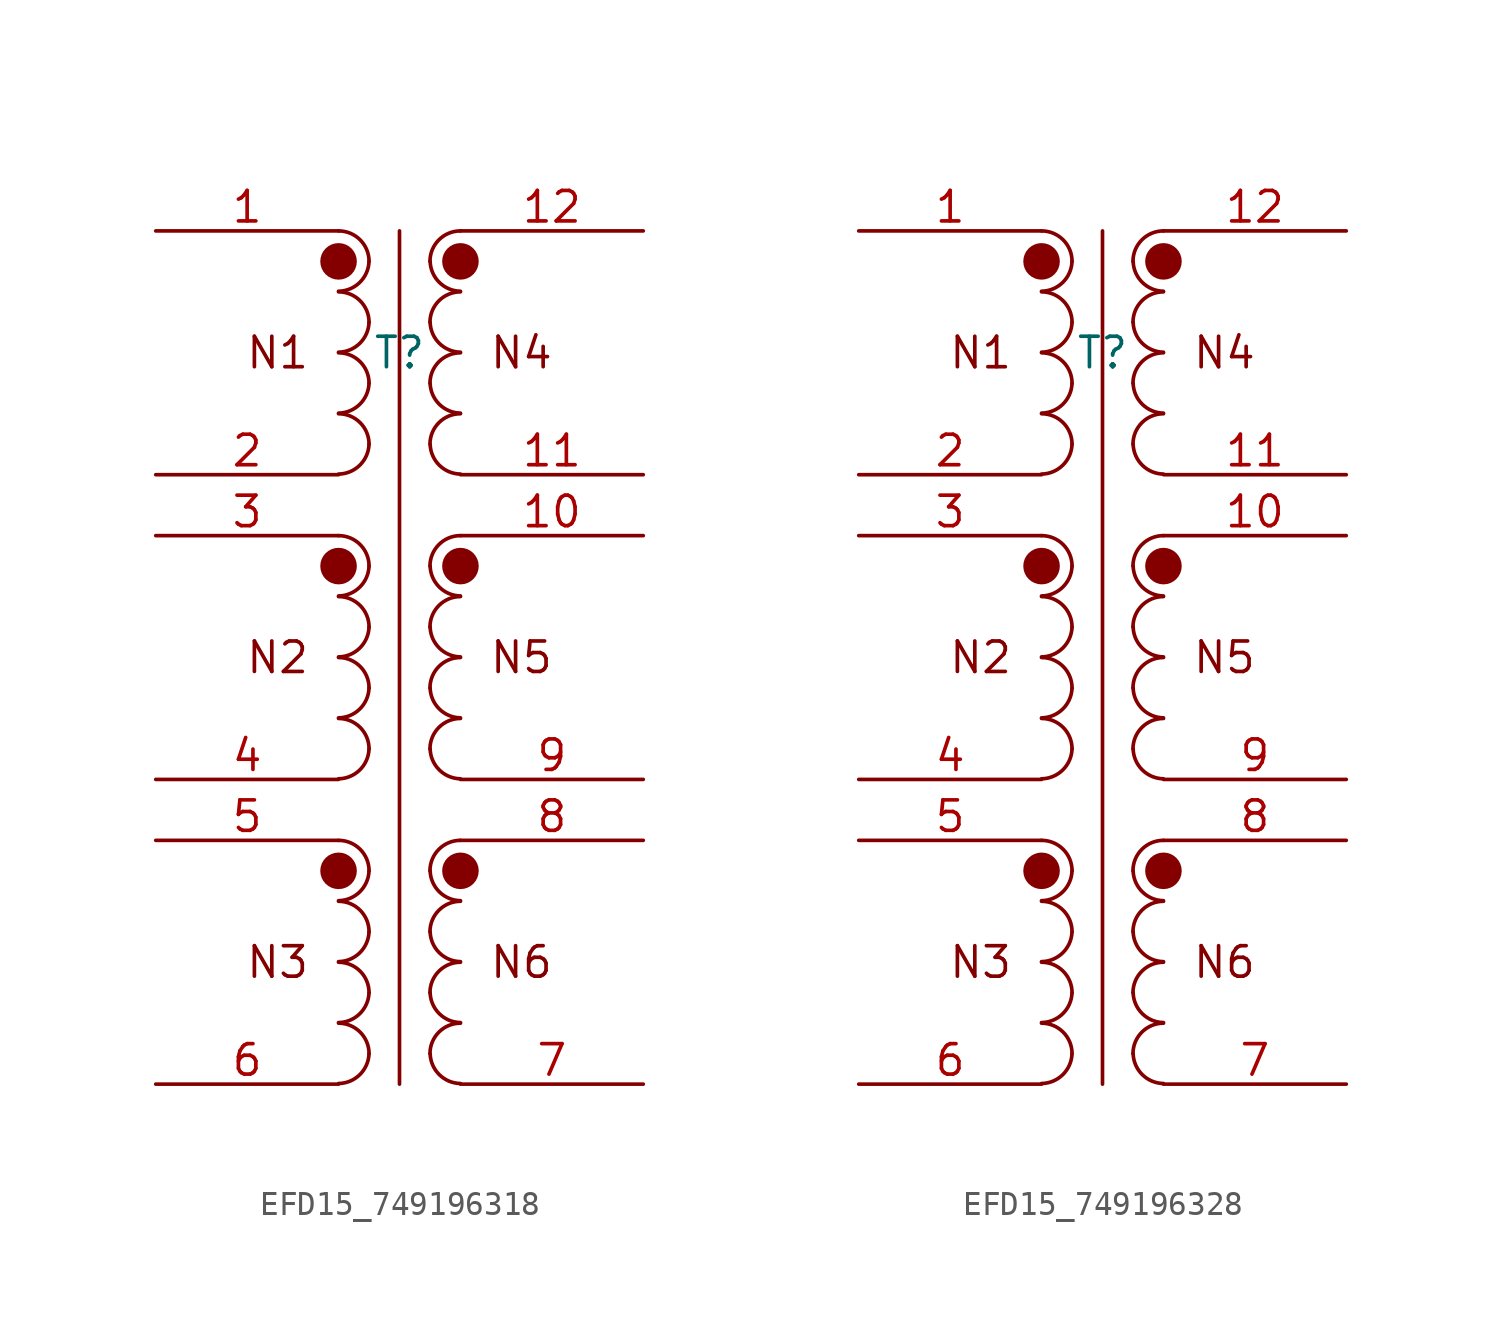
<source format=kicad_sym>
(kicad_symbol_lib
  (version 20220914)
  (generator kicad_symbol_editor)
  (symbol "EFD15_749196318"
    (pin_names hide)
    (property "Reference" "T"
      (at 0 12.7 0)
      (effects (font (size 1.27 1.27))))
    (property "Critical Parameter" ""
      (at 0 -5.08 0)
      (effects (font (size 1.27 1.27)) (justify left)))
    (symbol "EFD15_749196318_0_1"
      (arc (start -2.54 -17.7546) (mid -1.6561 -17.3863) (end -1.27 -16.51) (stroke (width 0) (type default)) (fill (type none)))
      (arc (start -2.54 -15.2146) (mid -1.6561 -14.8463) (end -1.27 -13.97) (stroke (width 0) (type default)) (fill (type none)))
      (arc (start -2.54 -12.6746) (mid -1.6561 -12.3063) (end -1.27 -11.43) (stroke (width 0) (type default)) (fill (type none)))
      (arc (start -2.54 -10.1346) (mid -1.6561 -9.7663) (end -1.27 -8.89) (stroke (width 0) (type default)) (fill (type none)))
      (arc (start -2.54 -5.0546) (mid -1.6561 -4.6863) (end -1.27 -3.81) (stroke (width 0) (type default)) (fill (type none)))
      (arc (start -2.54 -2.5146) (mid -1.6561 -2.1463) (end -1.27 -1.27) (stroke (width 0) (type default)) (fill (type none)))
      (arc (start -2.54 0.0254) (mid -1.6561 0.3937) (end -1.27 1.27) (stroke (width 0) (type default)) (fill (type none)))
      (arc (start -2.54 2.5654) (mid -1.6561 2.9337) (end -1.27 3.81) (stroke (width 0) (type default)) (fill (type none)))
      (arc (start -2.54 7.6454) (mid -1.6561 8.0137) (end -1.27 8.89) (stroke (width 0) (type default)) (fill (type none)))
      (arc (start -2.54 10.1854) (mid -1.6561 10.5537) (end -1.27 11.43) (stroke (width 0) (type default)) (fill (type none)))
      (arc (start -2.54 12.7254) (mid -1.6561 13.0937) (end -1.27 13.97) (stroke (width 0) (type default)) (fill (type none)))
      (arc (start -2.54 15.2654) (mid -1.6561 15.6337) (end -1.27 16.51) (stroke (width 0) (type default)) (fill (type none)))
      (arc (start -1.27 -16.51) (mid -1.642 -15.612) (end -2.54 -15.24) (stroke (width 0) (type default)) (fill (type none)))
      (arc (start -1.27 -13.97) (mid -1.642 -13.072) (end -2.54 -12.7) (stroke (width 0) (type default)) (fill (type none)))
      (arc (start -1.27 -11.43) (mid -1.642 -10.532) (end -2.54 -10.16) (stroke (width 0) (type default)) (fill (type none)))
      (arc (start -1.27 -8.89) (mid -1.642 -7.992) (end -2.54 -7.62) (stroke (width 0) (type default)) (fill (type none)))
      (arc (start -1.27 -3.81) (mid -1.642 -2.912) (end -2.54 -2.54) (stroke (width 0) (type default)) (fill (type none)))
      (arc (start -1.27 -1.27) (mid -1.642 -0.372) (end -2.54 0) (stroke (width 0) (type default)) (fill (type none)))
      (arc (start -1.27 1.27) (mid -1.642 2.168) (end -2.54 2.54) (stroke (width 0) (type default)) (fill (type none)))
      (arc (start -1.27 3.81) (mid -1.642 4.708) (end -2.54 5.08) (stroke (width 0) (type default)) (fill (type none)))
      (arc (start -1.27 8.89) (mid -1.642 9.788) (end -2.54 10.16) (stroke (width 0) (type default)) (fill (type none)))
      (arc (start -1.27 11.43) (mid -1.642 12.328) (end -2.54 12.7) (stroke (width 0) (type default)) (fill (type none)))
      (arc (start -1.27 13.97) (mid -1.642 14.868) (end -2.54 15.24) (stroke (width 0) (type default)) (fill (type none)))
      (arc (start -1.27 16.51) (mid -1.642 17.408) (end -2.54 17.78) (stroke (width 0) (type default)) (fill (type none)))
      (polyline (pts (xy 0 -17.78) (xy 0 17.78)) (stroke (width 0) (type default)) (fill (type none)))
      (arc (start 1.27 -16.51) (mid 1.6561 -17.3863) (end 2.54 -17.7546) (stroke (width 0) (type default)) (fill (type none)))
      (arc (start 1.27 -13.97) (mid 1.6561 -14.8463) (end 2.54 -15.2146) (stroke (width 0) (type default)) (fill (type none)))
      (arc (start 1.27 -11.43) (mid 1.6561 -12.3063) (end 2.54 -12.6746) (stroke (width 0) (type default)) (fill (type none)))
      (arc (start 1.27 -8.89) (mid 1.6561 -9.7663) (end 2.54 -10.1346) (stroke (width 0) (type default)) (fill (type none)))
      (arc (start 1.27 -3.81) (mid 1.6561 -4.6863) (end 2.54 -5.0546) (stroke (width 0) (type default)) (fill (type none)))
      (arc (start 1.27 -1.27) (mid 1.6561 -2.1463) (end 2.54 -2.5146) (stroke (width 0) (type default)) (fill (type none)))
      (arc (start 1.27 1.27) (mid 1.6561 0.3937) (end 2.54 0.0254) (stroke (width 0) (type default)) (fill (type none)))
      (arc (start 1.27 3.81) (mid 1.6561 2.9337) (end 2.54 2.5654) (stroke (width 0) (type default)) (fill (type none)))
      (arc (start 1.27 8.89) (mid 1.6561 8.0137) (end 2.54 7.6454) (stroke (width 0) (type default)) (fill (type none)))
      (arc (start 1.27 11.43) (mid 1.6561 10.5537) (end 2.54 10.1854) (stroke (width 0) (type default)) (fill (type none)))
      (arc (start 1.27 13.97) (mid 1.6561 13.0937) (end 2.54 12.7254) (stroke (width 0) (type default)) (fill (type none)))
      (arc (start 1.27 16.51) (mid 1.6561 15.6337) (end 2.54 15.2654) (stroke (width 0) (type default)) (fill (type none)))
      (arc (start 2.54 -15.24) (mid 1.642 -15.612) (end 1.27 -16.51) (stroke (width 0) (type default)) (fill (type none)))
      (arc (start 2.54 -12.7) (mid 1.642 -13.072) (end 1.27 -13.97) (stroke (width 0) (type default)) (fill (type none)))
      (arc (start 2.54 -10.16) (mid 1.642 -10.532) (end 1.27 -11.43) (stroke (width 0) (type default)) (fill (type none)))
      (arc (start 2.54 -7.62) (mid 1.642 -7.992) (end 1.27 -8.89) (stroke (width 0) (type default)) (fill (type none)))
      (arc (start 2.54 -2.54) (mid 1.642 -2.912) (end 1.27 -3.81) (stroke (width 0) (type default)) (fill (type none)))
      (arc (start 2.54 0) (mid 1.642 -0.372) (end 1.27 -1.27) (stroke (width 0) (type default)) (fill (type none)))
      (arc (start 2.54 2.54) (mid 1.642 2.168) (end 1.27 1.27) (stroke (width 0) (type default)) (fill (type none)))
      (arc (start 2.54 5.08) (mid 1.642 4.708) (end 1.27 3.81) (stroke (width 0) (type default)) (fill (type none)))
      (arc (start 2.54 10.16) (mid 1.642 9.788) (end 1.27 8.89) (stroke (width 0) (type default)) (fill (type none)))
      (arc (start 2.54 12.7) (mid 1.642 12.328) (end 1.27 11.43) (stroke (width 0) (type default)) (fill (type none)))
      (arc (start 2.54 15.24) (mid 1.642 14.868) (end 1.27 13.97) (stroke (width 0) (type default)) (fill (type none)))
      (arc (start 2.54 17.78) (mid 1.642 17.408) (end 1.27 16.51) (stroke (width 0) (type default)) (fill (type none))))
    (symbol "EFD15_749196318_1_1"
      (circle (center -2.54 -8.89) (radius 0.0001) (stroke (width 0.762) (type default)) (fill (type none)))
      (circle (center -2.54 3.81) (radius 0.0001) (stroke (width 0.762) (type default)) (fill (type none)))
      (circle (center -2.54 16.51) (radius 0.0001) (stroke (width 0.762) (type default)) (fill (type none)))
      (circle (center 2.54 -8.89) (radius 0.0001) (stroke (width 0.762) (type default)) (fill (type none)))
      (circle (center 2.54 3.81) (radius 0.0001) (stroke (width 0.762) (type default)) (fill (type none)))
      (circle (center 2.54 16.51) (radius 0.0001) (stroke (width 0.762) (type default)) (fill (type none)))
      (text "N1" (at -5.08 12.7 0) (effects (font (size 1.27 1.27))))
      (text "N2" (at -5.08 0 0) (effects (font (size 1.27 1.27))))
      (text "N3" (at -5.08 -12.7 0) (effects (font (size 1.27 1.27))))
      (text "N4" (at 5.08 12.7 0) (effects (font (size 1.27 1.27))))
      (text "N5" (at 5.08 0 0) (effects (font (size 1.27 1.27))))
      (text "N6" (at 5.08 -12.7 0) (effects (font (size 1.27 1.27))))
      (pin passive line (at -10.16 17.78 0) (length 7.62) (name "1" (effects (font (size 1.27 1.27)))) (number "1" (effects (font (size 1.27 1.27)))))
      (pin passive line (at -10.16 7.62 0) (length 7.62) (name "2" (effects (font (size 1.27 1.27)))) (number "2" (effects (font (size 1.27 1.27)))))
      (pin passive line (at -10.16 5.08 0) (length 7.62) (name "3" (effects (font (size 1.27 1.27)))) (number "3" (effects (font (size 1.27 1.27)))))
      (pin passive line (at -10.16 -5.08 0) (length 7.62) (name "4" (effects (font (size 1.27 1.27)))) (number "4" (effects (font (size 1.27 1.27)))))
      (pin passive line (at -10.16 -7.62 0) (length 7.62) (name "5" (effects (font (size 1.27 1.27)))) (number "5" (effects (font (size 1.27 1.27)))))
      (pin passive line (at -10.16 -17.78 0) (length 7.62) (name "6" (effects (font (size 1.27 1.27)))) (number "6" (effects (font (size 1.27 1.27)))))
      (pin passive line (at 10.16 -17.78 180) (length 7.62) (name "7" (effects (font (size 1.27 1.27)))) (number "7" (effects (font (size 1.27 1.27)))))
      (pin passive line (at 10.16 -7.62 180) (length 7.62) (name "8" (effects (font (size 1.27 1.27)))) (number "8" (effects (font (size 1.27 1.27)))))
      (pin passive line (at 10.16 -5.08 180) (length 7.62) (name "9" (effects (font (size 1.27 1.27)))) (number "9" (effects (font (size 1.27 1.27)))))
      (pin passive line (at 10.16 5.08 180) (length 7.62) (name "10" (effects (font (size 1.27 1.27)))) (number "10" (effects (font (size 1.27 1.27)))))
      (pin passive line (at 10.16 7.62 180) (length 7.62) (name "11" (effects (font (size 1.27 1.27)))) (number "11" (effects (font (size 1.27 1.27)))))
      (pin passive line (at 10.16 17.78 180) (length 7.62) (name "12" (effects (font (size 1.27 1.27)))) (number "12" (effects (font (size 1.27 1.27)))))))
  (symbol "EFD15_749196328"
    (pin_names hide)
    (property "Reference" "T"
      (at 0 12.7 0)
      (effects (font (size 1.27 1.27))))
    (property "Critical Parameter" ""
      (at 0 -5.08 0)
      (effects (font (size 1.27 1.27)) (justify left)))
    (symbol "EFD15_749196328_0_1"
      (arc (start -2.54 -17.7546) (mid -1.6561 -17.3863) (end -1.27 -16.51) (stroke (width 0) (type default)) (fill (type none)))
      (arc (start -2.54 -15.2146) (mid -1.6561 -14.8463) (end -1.27 -13.97) (stroke (width 0) (type default)) (fill (type none)))
      (arc (start -2.54 -12.6746) (mid -1.6561 -12.3063) (end -1.27 -11.43) (stroke (width 0) (type default)) (fill (type none)))
      (arc (start -2.54 -10.1346) (mid -1.6561 -9.7663) (end -1.27 -8.89) (stroke (width 0) (type default)) (fill (type none)))
      (arc (start -2.54 -5.0546) (mid -1.6561 -4.6863) (end -1.27 -3.81) (stroke (width 0) (type default)) (fill (type none)))
      (arc (start -2.54 -2.5146) (mid -1.6561 -2.1463) (end -1.27 -1.27) (stroke (width 0) (type default)) (fill (type none)))
      (arc (start -2.54 0.0254) (mid -1.6561 0.3937) (end -1.27 1.27) (stroke (width 0) (type default)) (fill (type none)))
      (arc (start -2.54 2.5654) (mid -1.6561 2.9337) (end -1.27 3.81) (stroke (width 0) (type default)) (fill (type none)))
      (arc (start -2.54 7.6454) (mid -1.6561 8.0137) (end -1.27 8.89) (stroke (width 0) (type default)) (fill (type none)))
      (arc (start -2.54 10.1854) (mid -1.6561 10.5537) (end -1.27 11.43) (stroke (width 0) (type default)) (fill (type none)))
      (arc (start -2.54 12.7254) (mid -1.6561 13.0937) (end -1.27 13.97) (stroke (width 0) (type default)) (fill (type none)))
      (arc (start -2.54 15.2654) (mid -1.6561 15.6337) (end -1.27 16.51) (stroke (width 0) (type default)) (fill (type none)))
      (arc (start -1.27 -16.51) (mid -1.642 -15.612) (end -2.54 -15.24) (stroke (width 0) (type default)) (fill (type none)))
      (arc (start -1.27 -13.97) (mid -1.642 -13.072) (end -2.54 -12.7) (stroke (width 0) (type default)) (fill (type none)))
      (arc (start -1.27 -11.43) (mid -1.642 -10.532) (end -2.54 -10.16) (stroke (width 0) (type default)) (fill (type none)))
      (arc (start -1.27 -8.89) (mid -1.642 -7.992) (end -2.54 -7.62) (stroke (width 0) (type default)) (fill (type none)))
      (arc (start -1.27 -3.81) (mid -1.642 -2.912) (end -2.54 -2.54) (stroke (width 0) (type default)) (fill (type none)))
      (arc (start -1.27 -1.27) (mid -1.642 -0.372) (end -2.54 0) (stroke (width 0) (type default)) (fill (type none)))
      (arc (start -1.27 1.27) (mid -1.642 2.168) (end -2.54 2.54) (stroke (width 0) (type default)) (fill (type none)))
      (arc (start -1.27 3.81) (mid -1.642 4.708) (end -2.54 5.08) (stroke (width 0) (type default)) (fill (type none)))
      (arc (start -1.27 8.89) (mid -1.642 9.788) (end -2.54 10.16) (stroke (width 0) (type default)) (fill (type none)))
      (arc (start -1.27 11.43) (mid -1.642 12.328) (end -2.54 12.7) (stroke (width 0) (type default)) (fill (type none)))
      (arc (start -1.27 13.97) (mid -1.642 14.868) (end -2.54 15.24) (stroke (width 0) (type default)) (fill (type none)))
      (arc (start -1.27 16.51) (mid -1.642 17.408) (end -2.54 17.78) (stroke (width 0) (type default)) (fill (type none)))
      (polyline (pts (xy 0 -17.78) (xy 0 17.78)) (stroke (width 0) (type default)) (fill (type none)))
      (arc (start 1.27 -16.51) (mid 1.6561 -17.3863) (end 2.54 -17.7546) (stroke (width 0) (type default)) (fill (type none)))
      (arc (start 1.27 -13.97) (mid 1.6561 -14.8463) (end 2.54 -15.2146) (stroke (width 0) (type default)) (fill (type none)))
      (arc (start 1.27 -11.43) (mid 1.6561 -12.3063) (end 2.54 -12.6746) (stroke (width 0) (type default)) (fill (type none)))
      (arc (start 1.27 -8.89) (mid 1.6561 -9.7663) (end 2.54 -10.1346) (stroke (width 0) (type default)) (fill (type none)))
      (arc (start 1.27 -3.81) (mid 1.6561 -4.6863) (end 2.54 -5.0546) (stroke (width 0) (type default)) (fill (type none)))
      (arc (start 1.27 -1.27) (mid 1.6561 -2.1463) (end 2.54 -2.5146) (stroke (width 0) (type default)) (fill (type none)))
      (arc (start 1.27 1.27) (mid 1.6561 0.3937) (end 2.54 0.0254) (stroke (width 0) (type default)) (fill (type none)))
      (arc (start 1.27 3.81) (mid 1.6561 2.9337) (end 2.54 2.5654) (stroke (width 0) (type default)) (fill (type none)))
      (arc (start 1.27 8.89) (mid 1.6561 8.0137) (end 2.54 7.6454) (stroke (width 0) (type default)) (fill (type none)))
      (arc (start 1.27 11.43) (mid 1.6561 10.5537) (end 2.54 10.1854) (stroke (width 0) (type default)) (fill (type none)))
      (arc (start 1.27 13.97) (mid 1.6561 13.0937) (end 2.54 12.7254) (stroke (width 0) (type default)) (fill (type none)))
      (arc (start 1.27 16.51) (mid 1.6561 15.6337) (end 2.54 15.2654) (stroke (width 0) (type default)) (fill (type none)))
      (arc (start 2.54 -15.24) (mid 1.642 -15.612) (end 1.27 -16.51) (stroke (width 0) (type default)) (fill (type none)))
      (arc (start 2.54 -12.7) (mid 1.642 -13.072) (end 1.27 -13.97) (stroke (width 0) (type default)) (fill (type none)))
      (arc (start 2.54 -10.16) (mid 1.642 -10.532) (end 1.27 -11.43) (stroke (width 0) (type default)) (fill (type none)))
      (arc (start 2.54 -7.62) (mid 1.642 -7.992) (end 1.27 -8.89) (stroke (width 0) (type default)) (fill (type none)))
      (arc (start 2.54 -2.54) (mid 1.642 -2.912) (end 1.27 -3.81) (stroke (width 0) (type default)) (fill (type none)))
      (arc (start 2.54 0) (mid 1.642 -0.372) (end 1.27 -1.27) (stroke (width 0) (type default)) (fill (type none)))
      (arc (start 2.54 2.54) (mid 1.642 2.168) (end 1.27 1.27) (stroke (width 0) (type default)) (fill (type none)))
      (arc (start 2.54 5.08) (mid 1.642 4.708) (end 1.27 3.81) (stroke (width 0) (type default)) (fill (type none)))
      (arc (start 2.54 10.16) (mid 1.642 9.788) (end 1.27 8.89) (stroke (width 0) (type default)) (fill (type none)))
      (arc (start 2.54 12.7) (mid 1.642 12.328) (end 1.27 11.43) (stroke (width 0) (type default)) (fill (type none)))
      (arc (start 2.54 15.24) (mid 1.642 14.868) (end 1.27 13.97) (stroke (width 0) (type default)) (fill (type none)))
      (arc (start 2.54 17.78) (mid 1.642 17.408) (end 1.27 16.51) (stroke (width 0) (type default)) (fill (type none))))
    (symbol "EFD15_749196328_1_1"
      (circle (center -2.54 -8.89) (radius 0.0001) (stroke (width 0.762) (type default)) (fill (type none)))
      (circle (center -2.54 3.81) (radius 0.0001) (stroke (width 0.762) (type default)) (fill (type none)))
      (circle (center -2.54 16.51) (radius 0.0001) (stroke (width 0.762) (type default)) (fill (type none)))
      (circle (center 2.54 -8.89) (radius 0.0001) (stroke (width 0.762) (type default)) (fill (type none)))
      (circle (center 2.54 3.81) (radius 0.0001) (stroke (width 0.762) (type default)) (fill (type none)))
      (circle (center 2.54 16.51) (radius 0.0001) (stroke (width 0.762) (type default)) (fill (type none)))
      (text "N1" (at -5.08 12.7 0) (effects (font (size 1.27 1.27))))
      (text "N2" (at -5.08 0 0) (effects (font (size 1.27 1.27))))
      (text "N3" (at -5.08 -12.7 0) (effects (font (size 1.27 1.27))))
      (text "N4" (at 5.08 12.7 0) (effects (font (size 1.27 1.27))))
      (text "N5" (at 5.08 0 0) (effects (font (size 1.27 1.27))))
      (text "N6" (at 5.08 -12.7 0) (effects (font (size 1.27 1.27))))
      (pin passive line (at -10.16 17.78 0) (length 7.62) (name "1" (effects (font (size 1.27 1.27)))) (number "1" (effects (font (size 1.27 1.27)))))
      (pin passive line (at -10.16 7.62 0) (length 7.62) (name "2" (effects (font (size 1.27 1.27)))) (number "2" (effects (font (size 1.27 1.27)))))
      (pin passive line (at -10.16 5.08 0) (length 7.62) (name "3" (effects (font (size 1.27 1.27)))) (number "3" (effects (font (size 1.27 1.27)))))
      (pin passive line (at -10.16 -5.08 0) (length 7.62) (name "4" (effects (font (size 1.27 1.27)))) (number "4" (effects (font (size 1.27 1.27)))))
      (pin passive line (at -10.16 -7.62 0) (length 7.62) (name "5" (effects (font (size 1.27 1.27)))) (number "5" (effects (font (size 1.27 1.27)))))
      (pin passive line (at -10.16 -17.78 0) (length 7.62) (name "6" (effects (font (size 1.27 1.27)))) (number "6" (effects (font (size 1.27 1.27)))))
      (pin passive line (at 10.16 -17.78 180) (length 7.62) (name "7" (effects (font (size 1.27 1.27)))) (number "7" (effects (font (size 1.27 1.27)))))
      (pin passive line (at 10.16 -7.62 180) (length 7.62) (name "8" (effects (font (size 1.27 1.27)))) (number "8" (effects (font (size 1.27 1.27)))))
      (pin passive line (at 10.16 -5.08 180) (length 7.62) (name "9" (effects (font (size 1.27 1.27)))) (number "9" (effects (font (size 1.27 1.27)))))
      (pin passive line (at 10.16 5.08 180) (length 7.62) (name "10" (effects (font (size 1.27 1.27)))) (number "10" (effects (font (size 1.27 1.27)))))
      (pin passive line (at 10.16 7.62 180) (length 7.62) (name "11" (effects (font (size 1.27 1.27)))) (number "11" (effects (font (size 1.27 1.27)))))
      (pin passive line (at 10.16 17.78 180) (length 7.62) (name "12" (effects (font (size 1.27 1.27)))) (number "12" (effects (font (size 1.27 1.27))))))))
</source>
